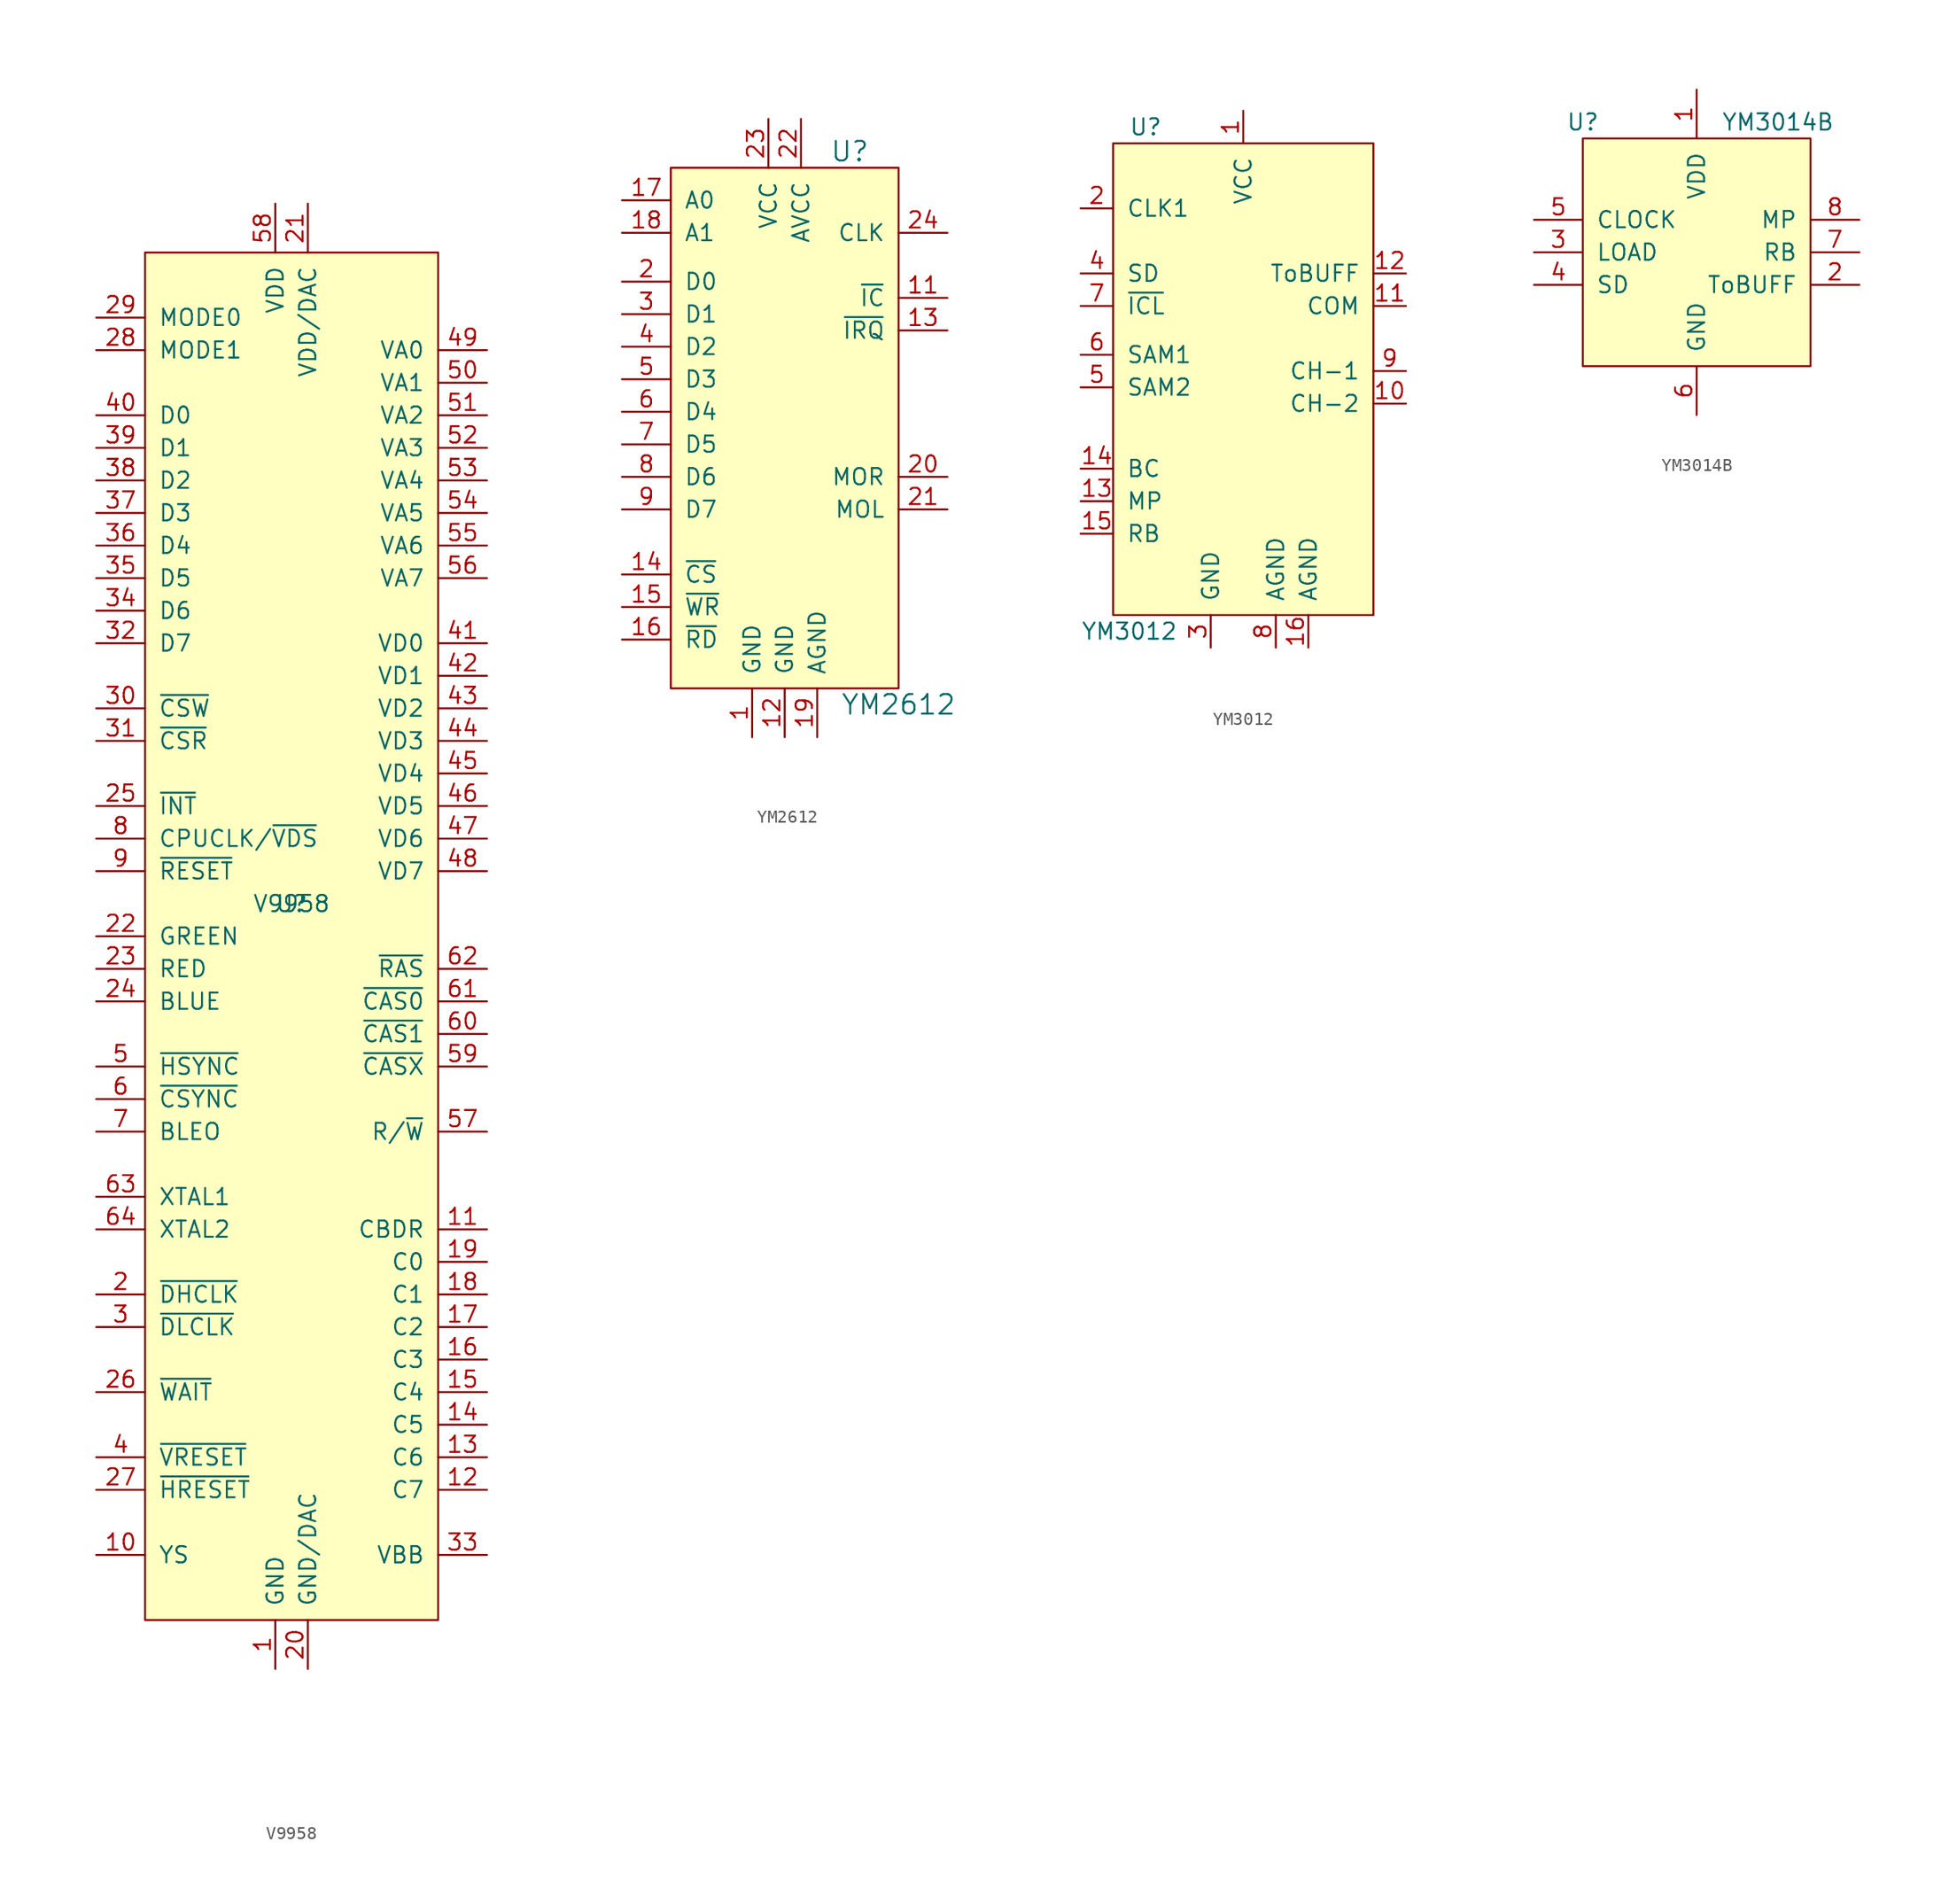
<source format=kicad_sym>
(kicad_symbol_lib
  (version 20220914)
  (generator kicad_symbol_editor)
  (symbol "V9958"
    (pin_names
      (offset 1.016))
    (property "Reference" "U"
      (at 0 0 0)
      (effects (font (size 1.27 1.27))))
    (property "Value" "V9958"
      (at 0 0 0)
      (effects (font (size 1.27 1.27))))
    (symbol "V9958_0_1"
      (rectangle (start -11.43 -55.88) (end 11.43 50.8) (stroke (width 0) (type default)) (fill (type background))))
    (symbol "V9958_1_1"
      (pin power_in line (at -1.27 -59.69 90) (length 3.81) (name "GND" (effects (font (size 1.27 1.27)))) (number "1" (effects (font (size 1.27 1.27)))))
      (pin output line (at -15.24 -50.8 0) (length 3.81) (name "YS" (effects (font (size 1.27 1.27)))) (number "10" (effects (font (size 1.27 1.27)))))
      (pin output line (at 15.24 -25.4 180) (length 3.81) (name "CBDR" (effects (font (size 1.27 1.27)))) (number "11" (effects (font (size 1.27 1.27)))))
      (pin bidirectional line (at 15.24 -45.72 180) (length 3.81) (name "C7" (effects (font (size 1.27 1.27)))) (number "12" (effects (font (size 1.27 1.27)))))
      (pin bidirectional line (at 15.24 -43.18 180) (length 3.81) (name "C6" (effects (font (size 1.27 1.27)))) (number "13" (effects (font (size 1.27 1.27)))))
      (pin bidirectional line (at 15.24 -40.64 180) (length 3.81) (name "C5" (effects (font (size 1.27 1.27)))) (number "14" (effects (font (size 1.27 1.27)))))
      (pin bidirectional line (at 15.24 -38.1 180) (length 3.81) (name "C4" (effects (font (size 1.27 1.27)))) (number "15" (effects (font (size 1.27 1.27)))))
      (pin bidirectional line (at 15.24 -35.56 180) (length 3.81) (name "C3" (effects (font (size 1.27 1.27)))) (number "16" (effects (font (size 1.27 1.27)))))
      (pin bidirectional line (at 15.24 -33.02 180) (length 3.81) (name "C2" (effects (font (size 1.27 1.27)))) (number "17" (effects (font (size 1.27 1.27)))))
      (pin bidirectional line (at 15.24 -30.48 180) (length 3.81) (name "C1" (effects (font (size 1.27 1.27)))) (number "18" (effects (font (size 1.27 1.27)))))
      (pin bidirectional line (at 15.24 -27.94 180) (length 3.81) (name "C0" (effects (font (size 1.27 1.27)))) (number "19" (effects (font (size 1.27 1.27)))))
      (pin output line (at -15.24 -30.48 0) (length 3.81) (name "~{DHCLK}" (effects (font (size 1.27 1.27)))) (number "2" (effects (font (size 1.27 1.27)))))
      (pin power_in line (at 1.27 -59.69 90) (length 3.81) (name "GND/DAC" (effects (font (size 1.27 1.27)))) (number "20" (effects (font (size 1.27 1.27)))))
      (pin power_in line (at 1.27 54.61 270) (length 3.81) (name "VDD/DAC" (effects (font (size 1.27 1.27)))) (number "21" (effects (font (size 1.27 1.27)))))
      (pin output line (at -15.24 -2.54 0) (length 3.81) (name "GREEN" (effects (font (size 1.27 1.27)))) (number "22" (effects (font (size 1.27 1.27)))))
      (pin output line (at -15.24 -5.08 0) (length 3.81) (name "RED" (effects (font (size 1.27 1.27)))) (number "23" (effects (font (size 1.27 1.27)))))
      (pin output line (at -15.24 -7.62 0) (length 3.81) (name "BLUE" (effects (font (size 1.27 1.27)))) (number "24" (effects (font (size 1.27 1.27)))))
      (pin output line (at -15.24 7.62 0) (length 3.81) (name "~{INT}" (effects (font (size 1.27 1.27)))) (number "25" (effects (font (size 1.27 1.27)))))
      (pin output line (at -15.24 -38.1 0) (length 3.81) (name "~{WAIT}" (effects (font (size 1.27 1.27)))) (number "26" (effects (font (size 1.27 1.27)))))
      (pin input line (at -15.24 -45.72 0) (length 3.81) (name "~{HRESET}" (effects (font (size 1.27 1.27)))) (number "27" (effects (font (size 1.27 1.27)))))
      (pin input line (at -15.24 43.18 0) (length 3.81) (name "MODE1" (effects (font (size 1.27 1.27)))) (number "28" (effects (font (size 1.27 1.27)))))
      (pin input line (at -15.24 45.72 0) (length 3.81) (name "MODE0" (effects (font (size 1.27 1.27)))) (number "29" (effects (font (size 1.27 1.27)))))
      (pin output line (at -15.24 -33.02 0) (length 3.81) (name "~{DLCLK}" (effects (font (size 1.27 1.27)))) (number "3" (effects (font (size 1.27 1.27)))))
      (pin input line (at -15.24 15.24 0) (length 3.81) (name "~{CSW}" (effects (font (size 1.27 1.27)))) (number "30" (effects (font (size 1.27 1.27)))))
      (pin input line (at -15.24 12.7 0) (length 3.81) (name "~{CSR}" (effects (font (size 1.27 1.27)))) (number "31" (effects (font (size 1.27 1.27)))))
      (pin bidirectional line (at -15.24 20.32 0) (length 3.81) (name "D7" (effects (font (size 1.27 1.27)))) (number "32" (effects (font (size 1.27 1.27)))))
      (pin input line (at 15.24 -50.8 180) (length 3.81) (name "VBB" (effects (font (size 1.27 1.27)))) (number "33" (effects (font (size 1.27 1.27)))))
      (pin bidirectional line (at -15.24 22.86 0) (length 3.81) (name "D6" (effects (font (size 1.27 1.27)))) (number "34" (effects (font (size 1.27 1.27)))))
      (pin bidirectional line (at -15.24 25.4 0) (length 3.81) (name "D5" (effects (font (size 1.27 1.27)))) (number "35" (effects (font (size 1.27 1.27)))))
      (pin bidirectional line (at -15.24 27.94 0) (length 3.81) (name "D4" (effects (font (size 1.27 1.27)))) (number "36" (effects (font (size 1.27 1.27)))))
      (pin bidirectional line (at -15.24 30.48 0) (length 3.81) (name "D3" (effects (font (size 1.27 1.27)))) (number "37" (effects (font (size 1.27 1.27)))))
      (pin bidirectional line (at -15.24 33.02 0) (length 3.81) (name "D2" (effects (font (size 1.27 1.27)))) (number "38" (effects (font (size 1.27 1.27)))))
      (pin bidirectional line (at -15.24 35.56 0) (length 3.81) (name "D1" (effects (font (size 1.27 1.27)))) (number "39" (effects (font (size 1.27 1.27)))))
      (pin input line (at -15.24 -43.18 0) (length 3.81) (name "~{VRESET}" (effects (font (size 1.27 1.27)))) (number "4" (effects (font (size 1.27 1.27)))))
      (pin bidirectional line (at -15.24 38.1 0) (length 3.81) (name "D0" (effects (font (size 1.27 1.27)))) (number "40" (effects (font (size 1.27 1.27)))))
      (pin bidirectional line (at 15.24 20.32 180) (length 3.81) (name "VD0" (effects (font (size 1.27 1.27)))) (number "41" (effects (font (size 1.27 1.27)))))
      (pin bidirectional line (at 15.24 17.78 180) (length 3.81) (name "VD1" (effects (font (size 1.27 1.27)))) (number "42" (effects (font (size 1.27 1.27)))))
      (pin bidirectional line (at 15.24 15.24 180) (length 3.81) (name "VD2" (effects (font (size 1.27 1.27)))) (number "43" (effects (font (size 1.27 1.27)))))
      (pin bidirectional line (at 15.24 12.7 180) (length 3.81) (name "VD3" (effects (font (size 1.27 1.27)))) (number "44" (effects (font (size 1.27 1.27)))))
      (pin bidirectional line (at 15.24 10.16 180) (length 3.81) (name "VD4" (effects (font (size 1.27 1.27)))) (number "45" (effects (font (size 1.27 1.27)))))
      (pin bidirectional line (at 15.24 7.62 180) (length 3.81) (name "VD5" (effects (font (size 1.27 1.27)))) (number "46" (effects (font (size 1.27 1.27)))))
      (pin bidirectional line (at 15.24 5.08 180) (length 3.81) (name "VD6" (effects (font (size 1.27 1.27)))) (number "47" (effects (font (size 1.27 1.27)))))
      (pin bidirectional line (at 15.24 2.54 180) (length 3.81) (name "VD7" (effects (font (size 1.27 1.27)))) (number "48" (effects (font (size 1.27 1.27)))))
      (pin output line (at 15.24 43.18 180) (length 3.81) (name "VA0" (effects (font (size 1.27 1.27)))) (number "49" (effects (font (size 1.27 1.27)))))
      (pin output line (at -15.24 -12.7 0) (length 3.81) (name "~{HSYNC}" (effects (font (size 1.27 1.27)))) (number "5" (effects (font (size 1.27 1.27)))))
      (pin output line (at 15.24 40.64 180) (length 3.81) (name "VA1" (effects (font (size 1.27 1.27)))) (number "50" (effects (font (size 1.27 1.27)))))
      (pin output line (at 15.24 38.1 180) (length 3.81) (name "VA2" (effects (font (size 1.27 1.27)))) (number "51" (effects (font (size 1.27 1.27)))))
      (pin output line (at 15.24 35.56 180) (length 3.81) (name "VA3" (effects (font (size 1.27 1.27)))) (number "52" (effects (font (size 1.27 1.27)))))
      (pin output line (at 15.24 33.02 180) (length 3.81) (name "VA4" (effects (font (size 1.27 1.27)))) (number "53" (effects (font (size 1.27 1.27)))))
      (pin output line (at 15.24 30.48 180) (length 3.81) (name "VA5" (effects (font (size 1.27 1.27)))) (number "54" (effects (font (size 1.27 1.27)))))
      (pin output line (at 15.24 27.94 180) (length 3.81) (name "VA6" (effects (font (size 1.27 1.27)))) (number "55" (effects (font (size 1.27 1.27)))))
      (pin output line (at 15.24 25.4 180) (length 3.81) (name "VA7" (effects (font (size 1.27 1.27)))) (number "56" (effects (font (size 1.27 1.27)))))
      (pin output line (at 15.24 -17.78 180) (length 3.81) (name "R/~{W}" (effects (font (size 1.27 1.27)))) (number "57" (effects (font (size 1.27 1.27)))))
      (pin power_in line (at -1.27 54.61 270) (length 3.81) (name "VDD" (effects (font (size 1.27 1.27)))) (number "58" (effects (font (size 1.27 1.27)))))
      (pin output line (at 15.24 -12.7 180) (length 3.81) (name "~{CASX}" (effects (font (size 1.27 1.27)))) (number "59" (effects (font (size 1.27 1.27)))))
      (pin output line (at -15.24 -15.24 0) (length 3.81) (name "~{CSYNC}" (effects (font (size 1.27 1.27)))) (number "6" (effects (font (size 1.27 1.27)))))
      (pin output line (at 15.24 -10.16 180) (length 3.81) (name "~{CAS1}" (effects (font (size 1.27 1.27)))) (number "60" (effects (font (size 1.27 1.27)))))
      (pin output line (at 15.24 -7.62 180) (length 3.81) (name "~{CAS0}" (effects (font (size 1.27 1.27)))) (number "61" (effects (font (size 1.27 1.27)))))
      (pin output line (at 15.24 -5.08 180) (length 3.81) (name "~{RAS}" (effects (font (size 1.27 1.27)))) (number "62" (effects (font (size 1.27 1.27)))))
      (pin passive line (at -15.24 -22.86 0) (length 3.81) (name "XTAL1" (effects (font (size 1.27 1.27)))) (number "63" (effects (font (size 1.27 1.27)))))
      (pin passive line (at -15.24 -25.4 0) (length 3.81) (name "XTAL2" (effects (font (size 1.27 1.27)))) (number "64" (effects (font (size 1.27 1.27)))))
      (pin output line (at -15.24 -17.78 0) (length 3.81) (name "BLEO" (effects (font (size 1.27 1.27)))) (number "7" (effects (font (size 1.27 1.27)))))
      (pin output line (at -15.24 5.08 0) (length 3.81) (name "CPUCLK/~{VDS}" (effects (font (size 1.27 1.27)))) (number "8" (effects (font (size 1.27 1.27)))))
      (pin input line (at -15.24 2.54 0) (length 3.81) (name "~{RESET}" (effects (font (size 1.27 1.27)))) (number "9" (effects (font (size 1.27 1.27)))))))
  (symbol "YM2612"
    (pin_names
      (offset 1.016))
    (property "Reference" "U"
      (at 5.08 17.78 0)
      (effects (font (size 1.524 1.524))))
    (property "Value" "YM2612"
      (at 8.89 -25.4 0)
      (effects (font (size 1.524 1.524))))
    (symbol "YM2612_0_1"
      (rectangle (start -8.89 16.51) (end 8.89 -24.13) (stroke (width 0) (type default)) (fill (type background))))
    (symbol "YM2612_1_1"
      (pin power_in line (at -2.54 -27.94 90) (length 3.81) (name "GND" (effects (font (size 1.27 1.27)))) (number "1" (effects (font (size 1.27 1.27)))))
      (pin no_connect line (at 12.7 -1.27 180) (length 3.81) hide (name "NC" (effects (font (size 1.27 1.27)))) (number "10" (effects (font (size 1.27 1.27)))))
      (pin input line (at 12.7 6.35 180) (length 3.81) (name "~{IC}" (effects (font (size 1.27 1.27)))) (number "11" (effects (font (size 1.27 1.27)))))
      (pin power_in line (at 0 -27.94 90) (length 3.81) (name "GND" (effects (font (size 1.27 1.27)))) (number "12" (effects (font (size 1.27 1.27)))))
      (pin output line (at 12.7 3.81 180) (length 3.81) (name "~{IRQ}" (effects (font (size 1.27 1.27)))) (number "13" (effects (font (size 1.27 1.27)))))
      (pin input line (at -12.7 -15.24 0) (length 3.81) (name "~{CS}" (effects (font (size 1.27 1.27)))) (number "14" (effects (font (size 1.27 1.27)))))
      (pin input line (at -12.7 -17.78 0) (length 3.81) (name "~{WR}" (effects (font (size 1.27 1.27)))) (number "15" (effects (font (size 1.27 1.27)))))
      (pin input line (at -12.7 -20.32 0) (length 3.81) (name "~{RD}" (effects (font (size 1.27 1.27)))) (number "16" (effects (font (size 1.27 1.27)))))
      (pin input line (at -12.7 13.97 0) (length 3.81) (name "A0" (effects (font (size 1.27 1.27)))) (number "17" (effects (font (size 1.27 1.27)))))
      (pin input line (at -12.7 11.43 0) (length 3.81) (name "A1" (effects (font (size 1.27 1.27)))) (number "18" (effects (font (size 1.27 1.27)))))
      (pin power_in line (at 2.54 -27.94 90) (length 3.81) (name "AGND" (effects (font (size 1.27 1.27)))) (number "19" (effects (font (size 1.27 1.27)))))
      (pin bidirectional line (at -12.7 7.62 0) (length 3.81) (name "D0" (effects (font (size 1.27 1.27)))) (number "2" (effects (font (size 1.27 1.27)))))
      (pin output line (at 12.7 -7.62 180) (length 3.81) (name "MOR" (effects (font (size 1.27 1.27)))) (number "20" (effects (font (size 1.27 1.27)))))
      (pin output line (at 12.7 -10.16 180) (length 3.81) (name "MOL" (effects (font (size 1.27 1.27)))) (number "21" (effects (font (size 1.27 1.27)))))
      (pin power_in line (at 1.27 20.32 270) (length 3.81) (name "AVCC" (effects (font (size 1.27 1.27)))) (number "22" (effects (font (size 1.27 1.27)))))
      (pin power_in line (at -1.27 20.32 270) (length 3.81) (name "VCC" (effects (font (size 1.27 1.27)))) (number "23" (effects (font (size 1.27 1.27)))))
      (pin input line (at 12.7 11.43 180) (length 3.81) (name "CLK" (effects (font (size 1.27 1.27)))) (number "24" (effects (font (size 1.27 1.27)))))
      (pin bidirectional line (at -12.7 5.08 0) (length 3.81) (name "D1" (effects (font (size 1.27 1.27)))) (number "3" (effects (font (size 1.27 1.27)))))
      (pin bidirectional line (at -12.7 2.54 0) (length 3.81) (name "D2" (effects (font (size 1.27 1.27)))) (number "4" (effects (font (size 1.27 1.27)))))
      (pin bidirectional line (at -12.7 0 0) (length 3.81) (name "D3" (effects (font (size 1.27 1.27)))) (number "5" (effects (font (size 1.27 1.27)))))
      (pin bidirectional line (at -12.7 -2.54 0) (length 3.81) (name "D4" (effects (font (size 1.27 1.27)))) (number "6" (effects (font (size 1.27 1.27)))))
      (pin bidirectional line (at -12.7 -5.08 0) (length 3.81) (name "D5" (effects (font (size 1.27 1.27)))) (number "7" (effects (font (size 1.27 1.27)))))
      (pin bidirectional line (at -12.7 -7.62 0) (length 3.81) (name "D6" (effects (font (size 1.27 1.27)))) (number "8" (effects (font (size 1.27 1.27)))))
      (pin bidirectional line (at -12.7 -10.16 0) (length 3.81) (name "D7" (effects (font (size 1.27 1.27)))) (number "9" (effects (font (size 1.27 1.27)))))))
  (symbol "YM3012"
    (pin_names
      (offset 1.016))
    (property "Reference" "U"
      (at -7.62 16.51 0)
      (effects (font (size 1.27 1.27))))
    (property "Value" "YM3012"
      (at -8.89 -22.86 0)
      (effects (font (size 1.27 1.27))))
    (symbol "YM3012_0_1"
      (rectangle (start -10.16 15.24) (end 10.16 -21.59) (stroke (width 0) (type default)) (fill (type background))))
    (symbol "YM3012_1_1"
      (pin power_in line (at 0 17.78 270) (length 2.54) (name "VCC" (effects (font (size 1.27 1.27)))) (number "1" (effects (font (size 1.27 1.27)))))
      (pin output line (at 12.7 -5.08 180) (length 2.54) (name "CH-2" (effects (font (size 1.27 1.27)))) (number "10" (effects (font (size 1.27 1.27)))))
      (pin input line (at 12.7 2.54 180) (length 2.54) (name "COM" (effects (font (size 1.27 1.27)))) (number "11" (effects (font (size 1.27 1.27)))))
      (pin output line (at 12.7 5.08 180) (length 2.54) (name "ToBUFF" (effects (font (size 1.27 1.27)))) (number "12" (effects (font (size 1.27 1.27)))))
      (pin input line (at -12.7 -12.7 0) (length 2.54) (name "MP" (effects (font (size 1.27 1.27)))) (number "13" (effects (font (size 1.27 1.27)))))
      (pin output line (at -12.7 -10.16 0) (length 2.54) (name "BC" (effects (font (size 1.27 1.27)))) (number "14" (effects (font (size 1.27 1.27)))))
      (pin output line (at -12.7 -15.24 0) (length 2.54) (name "RB" (effects (font (size 1.27 1.27)))) (number "15" (effects (font (size 1.27 1.27)))))
      (pin power_in line (at 5.08 -24.13 90) (length 2.54) (name "AGND" (effects (font (size 1.27 1.27)))) (number "16" (effects (font (size 1.27 1.27)))))
      (pin input line (at -12.7 10.16 0) (length 2.54) (name "CLK1" (effects (font (size 1.27 1.27)))) (number "2" (effects (font (size 1.27 1.27)))))
      (pin power_in line (at -2.54 -24.13 90) (length 2.54) (name "GND" (effects (font (size 1.27 1.27)))) (number "3" (effects (font (size 1.27 1.27)))))
      (pin input line (at -12.7 5.08 0) (length 2.54) (name "SD" (effects (font (size 1.27 1.27)))) (number "4" (effects (font (size 1.27 1.27)))))
      (pin input line (at -12.7 -3.81 0) (length 2.54) (name "SAM2" (effects (font (size 1.27 1.27)))) (number "5" (effects (font (size 1.27 1.27)))))
      (pin input line (at -12.7 -1.27 0) (length 2.54) (name "SAM1" (effects (font (size 1.27 1.27)))) (number "6" (effects (font (size 1.27 1.27)))))
      (pin input line (at -12.7 2.54 0) (length 2.54) (name "~{ICL}" (effects (font (size 1.27 1.27)))) (number "7" (effects (font (size 1.27 1.27)))))
      (pin power_in line (at 2.54 -24.13 90) (length 2.54) (name "AGND" (effects (font (size 1.27 1.27)))) (number "8" (effects (font (size 1.27 1.27)))))
      (pin output line (at 12.7 -2.54 180) (length 2.54) (name "CH-1" (effects (font (size 1.27 1.27)))) (number "9" (effects (font (size 1.27 1.27)))))))
  (symbol "YM3014B"
    (pin_names
      (offset 1.016))
    (property "Reference" "U"
      (at -8.89 10.16 0)
      (effects (font (size 1.27 1.27))))
    (property "Value" "YM3014B"
      (at 6.35 10.16 0)
      (effects (font (size 1.27 1.27))))
    (symbol "YM3014B_0_1"
      (rectangle (start -8.89 8.89) (end 8.89 -8.89) (stroke (width 0) (type default)) (fill (type background))))
    (symbol "YM3014B_1_1"
      (pin power_in line (at 0 12.7 270) (length 3.81) (name "VDD" (effects (font (size 1.27 1.27)))) (number "1" (effects (font (size 1.27 1.27)))))
      (pin output line (at 12.7 -2.54 180) (length 3.81) (name "ToBUFF" (effects (font (size 1.27 1.27)))) (number "2" (effects (font (size 1.27 1.27)))))
      (pin input line (at -12.7 0 0) (length 3.81) (name "LOAD" (effects (font (size 1.27 1.27)))) (number "3" (effects (font (size 1.27 1.27)))))
      (pin input line (at -12.7 -2.54 0) (length 3.81) (name "SD" (effects (font (size 1.27 1.27)))) (number "4" (effects (font (size 1.27 1.27)))))
      (pin input line (at -12.7 2.54 0) (length 3.81) (name "CLOCK" (effects (font (size 1.27 1.27)))) (number "5" (effects (font (size 1.27 1.27)))))
      (pin power_in line (at 0 -12.7 90) (length 3.81) (name "GND" (effects (font (size 1.27 1.27)))) (number "6" (effects (font (size 1.27 1.27)))))
      (pin output line (at 12.7 0 180) (length 3.81) (name "RB" (effects (font (size 1.27 1.27)))) (number "7" (effects (font (size 1.27 1.27)))))
      (pin passive line (at 12.7 2.54 180) (length 3.81) (name "MP" (effects (font (size 1.27 1.27)))) (number "8" (effects (font (size 1.27 1.27))))))))
</source>
